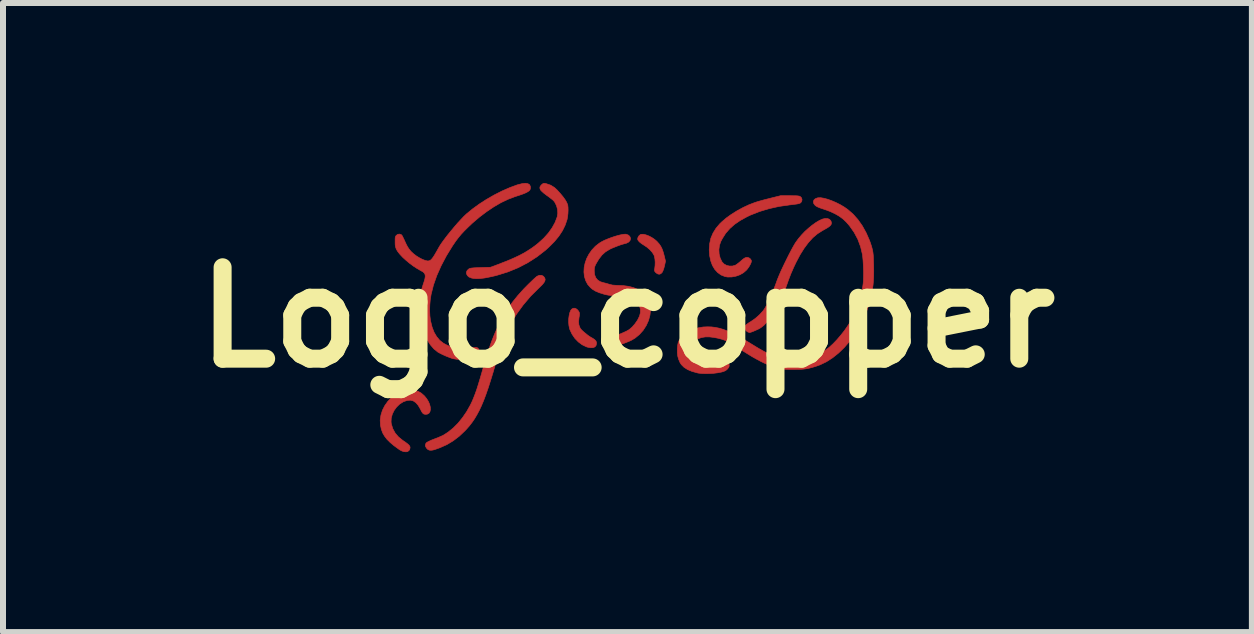
<source format=kicad_pcb>
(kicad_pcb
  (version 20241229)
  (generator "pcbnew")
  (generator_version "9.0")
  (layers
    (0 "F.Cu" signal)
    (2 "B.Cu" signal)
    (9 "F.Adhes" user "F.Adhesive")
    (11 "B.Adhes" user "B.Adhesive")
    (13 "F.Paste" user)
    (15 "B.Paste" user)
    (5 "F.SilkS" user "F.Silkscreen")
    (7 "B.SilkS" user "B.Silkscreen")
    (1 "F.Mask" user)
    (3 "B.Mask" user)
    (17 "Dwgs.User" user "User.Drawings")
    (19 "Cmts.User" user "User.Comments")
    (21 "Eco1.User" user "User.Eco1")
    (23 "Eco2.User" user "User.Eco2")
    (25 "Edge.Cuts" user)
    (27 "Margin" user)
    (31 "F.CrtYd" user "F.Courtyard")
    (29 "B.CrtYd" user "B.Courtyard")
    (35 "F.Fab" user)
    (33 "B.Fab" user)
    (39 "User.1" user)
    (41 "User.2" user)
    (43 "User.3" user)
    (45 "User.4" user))
  (footprint "Logo_copper"
    (layer "F.Cu")
    (at 7.41 2.24)
    (property "Reference" "Logo_copper" (at 0 0 0) (layer "F.SilkS") (effects (font (size 1.524 1.524) (thickness 0.3))))
    (attr through_hole)
    (fp_poly (pts (xy 0.307 -1.375) (xy 0.355 -1.357) (xy 0.405 -1.331) (xy 0.451 -1.3) (xy 0.491 -1.266) (xy 0.493 -1.263) (xy 0.529 -1.223) (xy 0.556 -1.183) (xy 0.577 -1.141) (xy 0.595 -1.09) (xy 0.61 -1.036) (xy 0.634 -0.937) (xy 0.618 -0.86) (xy 0.607 -0.819) (xy 0.594 -0.782) (xy 0.582 -0.755) (xy 0.58 -0.752) (xy 0.556 -0.727) (xy 0.528 -0.718) (xy 0.499 -0.726) (xy 0.472 -0.746) (xy 0.457 -0.763) (xy 0.451 -0.777) (xy 0.451 -0.797) (xy 0.454 -0.811) (xy 0.46 -0.863) (xy 0.462 -0.917) (xy 0.458 -0.969) (xy 0.45 -1.012) (xy 0.443 -1.035) (xy 0.415 -1.081) (xy 0.374 -1.127) (xy 0.324 -1.17) (xy 0.285 -1.196) (xy 0.234 -1.229) (xy 0.197 -1.259) (xy 0.176 -1.285) (xy 0.169 -1.305) (xy 0.176 -1.334) (xy 0.193 -1.361) (xy 0.216 -1.38) (xy 0.228 -1.384) (xy 0.263 -1.385) (xy 0.307 -1.375)) (stroke (width 0.01) (type solid)) (fill yes) (layer "F.Cu"))
    (fp_poly (pts (xy -0.846 -0.137) (xy -0.831 -0.123) (xy -0.813 -0.101) (xy -0.803 -0.08) (xy -0.799 -0.057) (xy -0.802 -0.026) (xy -0.808 0.006) (xy -0.815 0.071) (xy -0.81 0.126) (xy -0.792 0.173) (xy -0.787 0.183) (xy -0.771 0.203) (xy -0.745 0.229) (xy -0.712 0.257) (xy -0.677 0.286) (xy -0.644 0.311) (xy -0.616 0.329) (xy -0.604 0.336) (xy -0.58 0.349) (xy -0.554 0.367) (xy -0.546 0.373) (xy -0.527 0.393) (xy -0.518 0.412) (xy -0.516 0.433) (xy -0.523 0.468) (xy -0.542 0.492) (xy -0.573 0.505) (xy -0.613 0.507) (xy -0.663 0.498) (xy -0.686 0.491) (xy -0.756 0.457) (xy -0.82 0.409) (xy -0.877 0.35) (xy -0.924 0.281) (xy -0.959 0.207) (xy -0.966 0.187) (xy -0.976 0.138) (xy -0.981 0.083) (xy -0.98 0.026) (xy -0.973 -0.028) (xy -0.962 -0.077) (xy -0.946 -0.116) (xy -0.931 -0.136) (xy -0.905 -0.151) (xy -0.876 -0.152) (xy -0.846 -0.137)) (stroke (width 0.01) (type solid)) (fill yes) (layer "F.Cu"))
    (fp_poly (pts (xy -3.605 1.212) (xy -3.541 1.219) (xy -3.487 1.235) (xy -3.438 1.263) (xy -3.39 1.305) (xy -3.382 1.313) (xy -3.346 1.358) (xy -3.318 1.404) (xy -3.298 1.451) (xy -3.287 1.496) (xy -3.285 1.536) (xy -3.292 1.571) (xy -3.308 1.597) (xy -3.334 1.613) (xy -3.36 1.617) (xy -3.382 1.615) (xy -3.4 1.609) (xy -3.416 1.594) (xy -3.432 1.57) (xy -3.451 1.532) (xy -3.453 1.528) (xy -3.489 1.467) (xy -3.528 1.422) (xy -3.571 1.393) (xy -3.619 1.381) (xy -3.671 1.385) (xy -3.728 1.404) (xy -3.741 1.41) (xy -3.799 1.447) (xy -3.849 1.496) (xy -3.89 1.552) (xy -3.92 1.614) (xy -3.938 1.679) (xy -3.941 1.743) (xy -3.937 1.776) (xy -3.912 1.857) (xy -3.872 1.93) (xy -3.817 1.994) (xy -3.748 2.05) (xy -3.747 2.051) (xy -3.7 2.083) (xy -3.667 2.108) (xy -3.645 2.128) (xy -3.631 2.145) (xy -3.625 2.161) (xy -3.624 2.173) (xy -3.631 2.205) (xy -3.645 2.223) (xy -3.665 2.237) (xy -3.69 2.242) (xy -3.725 2.239) (xy -3.74 2.235) (xy -3.762 2.227) (xy -3.791 2.212) (xy -3.812 2.198) (xy -3.893 2.139) (xy -3.958 2.084) (xy -4.011 2.031) (xy -4.051 1.978) (xy -4.082 1.924) (xy -4.103 1.865) (xy -4.117 1.802) (xy -4.118 1.797) (xy -4.122 1.714) (xy -4.11 1.631) (xy -4.085 1.55) (xy -4.046 1.473) (xy -3.996 1.402) (xy -3.936 1.339) (xy -3.867 1.286) (xy -3.79 1.245) (xy -3.74 1.227) (xy -3.703 1.217) (xy -3.667 1.212) (xy -3.624 1.211) (xy -3.605 1.212)) (stroke (width 0.01) (type solid)) (fill yes) (layer "F.Cu"))
    (fp_poly (pts (xy -1.37 -2.232) (xy -1.353 -2.228) (xy -1.28 -2.203) (xy -1.216 -2.163) (xy -1.175 -2.125) (xy -1.118 -2.062) (xy -1.074 -2.009) (xy -1.04 -1.962) (xy -1.016 -1.921) (xy -1 -1.884) (xy -0.995 -1.867) (xy -0.991 -1.832) (xy -0.99 -1.785) (xy -0.992 -1.733) (xy -0.998 -1.681) (xy -1.006 -1.635) (xy -1.007 -1.63) (xy -1.039 -1.536) (xy -1.084 -1.444) (xy -1.144 -1.353) (xy -1.219 -1.262) (xy -1.31 -1.171) (xy -1.366 -1.12) (xy -1.509 -1.009) (xy -1.662 -0.911) (xy -1.823 -0.827) (xy -1.994 -0.757) (xy -2.175 -0.701) (xy -2.201 -0.694) (xy -2.299 -0.672) (xy -2.382 -0.656) (xy -2.454 -0.647) (xy -2.516 -0.645) (xy -2.569 -0.649) (xy -2.603 -0.656) (xy -2.642 -0.672) (xy -2.668 -0.696) (xy -2.683 -0.724) (xy -2.684 -0.754) (xy -2.672 -0.782) (xy -2.646 -0.806) (xy -2.639 -0.81) (xy -2.626 -0.816) (xy -2.608 -0.82) (xy -2.582 -0.823) (xy -2.546 -0.826) (xy -2.497 -0.828) (xy -2.447 -0.83) (xy -2.282 -0.835) (xy -2.151 -0.884) (xy -2.028 -0.932) (xy -1.92 -0.977) (xy -1.824 -1.021) (xy -1.737 -1.066) (xy -1.658 -1.113) (xy -1.584 -1.162) (xy -1.513 -1.215) (xy -1.482 -1.241) (xy -1.395 -1.32) (xy -1.319 -1.405) (xy -1.256 -1.493) (xy -1.207 -1.582) (xy -1.173 -1.671) (xy -1.172 -1.672) (xy -1.162 -1.734) (xy -1.166 -1.799) (xy -1.183 -1.862) (xy -1.212 -1.919) (xy -1.229 -1.941) (xy -1.243 -1.955) (xy -1.268 -1.975) (xy -1.3 -2) (xy -1.337 -2.027) (xy -1.342 -2.03) (xy -1.391 -2.067) (xy -1.426 -2.098) (xy -1.449 -2.123) (xy -1.459 -2.146) (xy -1.46 -2.168) (xy -1.455 -2.181) (xy -1.44 -2.203) (xy -1.42 -2.221) (xy -1.405 -2.231) (xy -1.391 -2.234) (xy -1.37 -2.232)) (stroke (width 0.01) (type solid)) (fill yes) (layer "F.Cu"))
    (fp_poly (pts (xy 3.335 -1.647) (xy 3.368 -1.634) (xy 3.39 -1.609) (xy 3.395 -1.597) (xy 3.4 -1.576) (xy 3.398 -1.556) (xy 3.389 -1.538) (xy 3.37 -1.519) (xy 3.34 -1.497) (xy 3.297 -1.472) (xy 3.247 -1.444) (xy 3.167 -1.393) (xy 3.09 -1.328) (xy 3.017 -1.248) (xy 2.946 -1.153) (xy 2.877 -1.043) (xy 2.81 -0.916) (xy 2.77 -0.832) (xy 2.752 -0.79) (xy 2.736 -0.754) (xy 2.721 -0.719) (xy 2.707 -0.682) (xy 2.691 -0.641) (xy 2.673 -0.591) (xy 2.651 -0.529) (xy 2.645 -0.512) (xy 2.601 -0.395) (xy 2.552 -0.283) (xy 2.499 -0.179) (xy 2.444 -0.084) (xy 2.388 0.001) (xy 2.331 0.073) (xy 2.275 0.132) (xy 2.222 0.173) (xy 2.199 0.187) (xy 2.167 0.203) (xy 2.131 0.219) (xy 2.096 0.234) (xy 2.064 0.246) (xy 2.042 0.253) (xy 2.034 0.254) (xy 2.023 0.25) (xy 2.003 0.243) (xy 2.002 0.242) (xy 1.977 0.223) (xy 1.961 0.195) (xy 1.956 0.163) (xy 1.964 0.137) (xy 1.974 0.127) (xy 1.995 0.111) (xy 2.024 0.09) (xy 2.054 0.072) (xy 2.132 0.018) (xy 2.202 -0.044) (xy 2.261 -0.109) (xy 2.283 -0.14) (xy 2.301 -0.17) (xy 2.324 -0.212) (xy 2.349 -0.265) (xy 2.377 -0.324) (xy 2.405 -0.387) (xy 2.432 -0.451) (xy 2.456 -0.512) (xy 2.477 -0.568) (xy 2.49 -0.605) (xy 2.506 -0.647) (xy 2.528 -0.7) (xy 2.555 -0.763) (xy 2.587 -0.832) (xy 2.622 -0.905) (xy 2.658 -0.978) (xy 2.694 -1.05) (xy 2.729 -1.117) (xy 2.761 -1.176) (xy 2.79 -1.226) (xy 2.807 -1.253) (xy 2.851 -1.313) (xy 2.902 -1.373) (xy 2.958 -1.432) (xy 3.018 -1.486) (xy 3.079 -1.536) (xy 3.139 -1.579) (xy 3.196 -1.613) (xy 3.248 -1.637) (xy 3.292 -1.648) (xy 3.292 -1.648) (xy 3.335 -1.647)) (stroke (width 0.01) (type solid)) (fill yes) (layer "F.Cu"))
    (fp_poly (pts (xy 2.706 -2.028) (xy 2.762 -2.027) (xy 2.804 -2.027) (xy 2.834 -2.025) (xy 2.855 -2.022) (xy 2.87 -2.019) (xy 2.88 -2.013) (xy 2.881 -2.013) (xy 2.902 -1.991) (xy 2.91 -1.962) (xy 2.904 -1.933) (xy 2.898 -1.924) (xy 2.89 -1.913) (xy 2.88 -1.905) (xy 2.866 -1.899) (xy 2.845 -1.893) (xy 2.816 -1.888) (xy 2.776 -1.883) (xy 2.722 -1.876) (xy 2.709 -1.875) (xy 2.527 -1.849) (xy 2.357 -1.811) (xy 2.198 -1.763) (xy 2.047 -1.703) (xy 1.989 -1.675) (xy 1.88 -1.615) (xy 1.785 -1.55) (xy 1.705 -1.479) (xy 1.637 -1.401) (xy 1.582 -1.314) (xy 1.555 -1.263) (xy 1.533 -1.198) (xy 1.524 -1.128) (xy 1.528 -1.056) (xy 1.545 -0.989) (xy 1.574 -0.928) (xy 1.579 -0.921) (xy 1.61 -0.889) (xy 1.652 -0.866) (xy 1.7 -0.855) (xy 1.749 -0.855) (xy 1.796 -0.868) (xy 1.802 -0.871) (xy 1.825 -0.886) (xy 1.854 -0.908) (xy 1.884 -0.933) (xy 1.885 -0.934) (xy 1.919 -0.964) (xy 1.944 -0.983) (xy 1.965 -0.994) (xy 1.986 -0.999) (xy 1.998 -0.999) (xy 2.025 -0.992) (xy 2.048 -0.975) (xy 2.063 -0.952) (xy 2.066 -0.938) (xy 2.061 -0.912) (xy 2.046 -0.879) (xy 2.025 -0.842) (xy 1.999 -0.806) (xy 1.985 -0.789) (xy 1.935 -0.745) (xy 1.875 -0.71) (xy 1.808 -0.686) (xy 1.738 -0.673) (xy 1.67 -0.672) (xy 1.625 -0.68) (xy 1.56 -0.706) (xy 1.503 -0.747) (xy 1.455 -0.8) (xy 1.416 -0.865) (xy 1.388 -0.941) (xy 1.37 -1.027) (xy 1.363 -1.121) (xy 1.363 -1.129) (xy 1.37 -1.227) (xy 1.39 -1.319) (xy 1.426 -1.404) (xy 1.476 -1.485) (xy 1.542 -1.563) (xy 1.574 -1.593) (xy 1.646 -1.655) (xy 1.731 -1.716) (xy 1.825 -1.775) (xy 1.924 -1.829) (xy 2.024 -1.876) (xy 2.121 -1.913) (xy 2.132 -1.917) (xy 2.17 -1.929) (xy 2.22 -1.943) (xy 2.277 -1.959) (xy 2.337 -1.974) (xy 2.388 -1.987) (xy 2.553 -2.028) (xy 2.706 -2.028)) (stroke (width 0.01) (type solid)) (fill yes) (layer "F.Cu"))
    (fp_poly (pts (xy -1.404 -0.687) (xy -1.394 -0.677) (xy -1.378 -0.654) (xy -1.372 -0.631) (xy -1.377 -0.607) (xy -1.392 -0.579) (xy -1.42 -0.545) (xy -1.46 -0.505) (xy -1.481 -0.485) (xy -1.615 -0.352) (xy -1.738 -0.207) (xy -1.85 -0.053) (xy -1.948 0.108) (xy -2.01 0.231) (xy -2.032 0.277) (xy -2.051 0.321) (xy -2.07 0.367) (xy -2.088 0.415) (xy -2.106 0.468) (xy -2.126 0.529) (xy -2.147 0.599) (xy -2.172 0.682) (xy -2.197 0.768) (xy -2.241 0.92) (xy -2.283 1.056) (xy -2.322 1.178) (xy -2.36 1.287) (xy -2.397 1.385) (xy -2.434 1.473) (xy -2.471 1.552) (xy -2.509 1.623) (xy -2.548 1.689) (xy -2.589 1.749) (xy -2.633 1.806) (xy -2.68 1.86) (xy -2.708 1.89) (xy -2.804 1.981) (xy -2.905 2.058) (xy -3.011 2.122) (xy -3.128 2.174) (xy -3.178 2.192) (xy -3.218 2.206) (xy -3.248 2.213) (xy -3.272 2.216) (xy -3.294 2.215) (xy -3.308 2.212) (xy -3.33 2.201) (xy -3.351 2.179) (xy -3.365 2.154) (xy -3.37 2.134) (xy -3.364 2.11) (xy -3.355 2.093) (xy -3.338 2.081) (xy -3.307 2.065) (xy -3.263 2.045) (xy -3.209 2.024) (xy -3.161 2.006) (xy -3.075 1.968) (xy -2.99 1.914) (xy -2.906 1.846) (xy -2.826 1.766) (xy -2.751 1.674) (xy -2.681 1.572) (xy -2.619 1.462) (xy -2.614 1.452) (xy -2.588 1.398) (xy -2.564 1.34) (xy -2.539 1.276) (xy -2.513 1.203) (xy -2.487 1.12) (xy -2.458 1.025) (xy -2.426 0.915) (xy -2.426 0.914) (xy -2.389 0.787) (xy -2.356 0.675) (xy -2.324 0.574) (xy -2.294 0.484) (xy -2.265 0.402) (xy -2.235 0.326) (xy -2.205 0.254) (xy -2.173 0.183) (xy -2.139 0.112) (xy -2.136 0.107) (xy -2.067 -0.023) (xy -1.995 -0.142) (xy -1.916 -0.254) (xy -1.828 -0.363) (xy -1.729 -0.473) (xy -1.681 -0.522) (xy -1.639 -0.564) (xy -1.599 -0.602) (xy -1.564 -0.636) (xy -1.535 -0.662) (xy -1.514 -0.68) (xy -1.507 -0.685) (xy -1.469 -0.701) (xy -1.433 -0.701) (xy -1.404 -0.687)) (stroke (width 0.01) (type solid)) (fill yes) (layer "F.Cu"))
    (fp_poly (pts (xy -0.022 -1.385) (xy 0.013 -1.372) (xy 0.038 -1.35) (xy 0.05 -1.321) (xy 0.051 -1.312) (xy 0.043 -1.281) (xy 0.02 -1.255) (xy -0.017 -1.236) (xy -0.047 -1.228) (xy -0.08 -1.219) (xy -0.124 -1.205) (xy -0.173 -1.187) (xy -0.223 -1.167) (xy -0.269 -1.148) (xy -0.299 -1.133) (xy -0.366 -1.092) (xy -0.425 -1.039) (xy -0.477 -0.972) (xy -0.524 -0.893) (xy -0.54 -0.86) (xy -0.549 -0.833) (xy -0.553 -0.806) (xy -0.554 -0.771) (xy -0.554 -0.77) (xy -0.548 -0.71) (xy -0.528 -0.66) (xy -0.496 -0.621) (xy -0.451 -0.593) (xy -0.398 -0.577) (xy -0.36 -0.568) (xy -0.319 -0.556) (xy -0.299 -0.55) (xy -0.251 -0.538) (xy -0.193 -0.534) (xy -0.178 -0.533) (xy -0.073 -0.529) (xy 0.019 -0.517) (xy 0.099 -0.496) (xy 0.171 -0.466) (xy 0.216 -0.439) (xy 0.28 -0.389) (xy 0.327 -0.335) (xy 0.36 -0.274) (xy 0.379 -0.206) (xy 0.385 -0.128) (xy 0.385 -0.127) (xy 0.375 -0.036) (xy 0.351 0.053) (xy 0.312 0.138) (xy 0.261 0.217) (xy 0.198 0.287) (xy 0.126 0.346) (xy 0.069 0.38) (xy 0.033 0.397) (xy -0.011 0.415) (xy -0.062 0.435) (xy -0.116 0.454) (xy -0.169 0.472) (xy -0.219 0.487) (xy -0.261 0.499) (xy -0.294 0.506) (xy -0.309 0.508) (xy -0.339 0.504) (xy -0.363 0.491) (xy -0.372 0.483) (xy -0.39 0.462) (xy -0.397 0.439) (xy -0.398 0.425) (xy -0.396 0.403) (xy -0.387 0.386) (xy -0.371 0.371) (xy -0.344 0.356) (xy -0.304 0.341) (xy -0.258 0.326) (xy -0.192 0.304) (xy -0.127 0.279) (xy -0.068 0.254) (xy -0.016 0.23) (xy 0.023 0.208) (xy 0.03 0.203) (xy 0.076 0.164) (xy 0.122 0.112) (xy 0.165 0.051) (xy 0.17 0.042) (xy 0.201 -0.021) (xy 0.216 -0.079) (xy 0.216 -0.135) (xy 0.2 -0.189) (xy 0.184 -0.22) (xy 0.149 -0.265) (xy 0.103 -0.301) (xy 0.045 -0.329) (xy 0.038 -0.331) (xy 0.014 -0.339) (xy -0.013 -0.344) (xy -0.047 -0.349) (xy -0.09 -0.352) (xy -0.147 -0.356) (xy -0.161 -0.356) (xy -0.223 -0.36) (xy -0.273 -0.364) (xy -0.315 -0.369) (xy -0.352 -0.376) (xy -0.388 -0.385) (xy -0.389 -0.385) (xy -0.469 -0.41) (xy -0.535 -0.438) (xy -0.587 -0.47) (xy -0.616 -0.495) (xy -0.664 -0.55) (xy -0.697 -0.613) (xy -0.718 -0.682) (xy -0.726 -0.755) (xy -0.722 -0.831) (xy -0.706 -0.907) (xy -0.679 -0.983) (xy -0.641 -1.055) (xy -0.593 -1.123) (xy -0.535 -1.185) (xy -0.467 -1.238) (xy -0.431 -1.26) (xy -0.384 -1.284) (xy -0.329 -1.307) (xy -0.271 -1.329) (xy -0.212 -1.349) (xy -0.154 -1.366) (xy -0.102 -1.378) (xy -0.059 -1.385) (xy -0.027 -1.386) (xy -0.022 -1.385)) (stroke (width 0.01) (type solid)) (fill yes) (layer "F.Cu"))
    (fp_poly (pts (xy -1.662 -2.229) (xy -1.634 -2.213) (xy -1.62 -2.186) (xy -1.617 -2.163) (xy -1.619 -2.143) (xy -1.626 -2.125) (xy -1.64 -2.109) (xy -1.663 -2.093) (xy -1.695 -2.076) (xy -1.738 -2.058) (xy -1.795 -2.038) (xy -1.866 -2.015) (xy -1.879 -2.011) (xy -1.991 -1.968) (xy -2.109 -1.912) (xy -2.229 -1.842) (xy -2.351 -1.76) (xy -2.472 -1.668) (xy -2.59 -1.567) (xy -2.657 -1.503) (xy -2.719 -1.442) (xy -2.771 -1.386) (xy -2.817 -1.331) (xy -2.861 -1.273) (xy -2.906 -1.207) (xy -2.915 -1.194) (xy -3.019 -1.025) (xy -3.106 -0.86) (xy -3.178 -0.698) (xy -3.234 -0.539) (xy -3.273 -0.384) (xy -3.287 -0.299) (xy -3.295 -0.209) (xy -3.298 -0.117) (xy -3.294 -0.029) (xy -3.285 0.049) (xy -3.282 0.062) (xy -3.257 0.163) (xy -3.224 0.249) (xy -3.181 0.322) (xy -3.13 0.383) (xy -3.068 0.432) (xy -2.995 0.471) (xy -2.963 0.483) (xy -2.882 0.51) (xy -2.811 0.527) (xy -2.749 0.535) (xy -2.693 0.534) (xy -2.639 0.524) (xy -2.619 0.517) (xy -2.566 0.503) (xy -2.524 0.501) (xy -2.495 0.511) (xy -2.478 0.533) (xy -2.472 0.564) (xy -2.48 0.596) (xy -2.502 0.626) (xy -2.536 0.651) (xy -2.578 0.67) (xy -2.582 0.671) (xy -2.673 0.692) (xy -2.76 0.701) (xy -2.842 0.7) (xy -2.904 0.69) (xy -2.937 0.68) (xy -2.98 0.664) (xy -3.028 0.645) (xy -3.075 0.624) (xy -3.118 0.603) (xy -3.151 0.585) (xy -3.16 0.58) (xy -3.227 0.526) (xy -3.287 0.456) (xy -3.341 0.372) (xy -3.388 0.271) (xy -3.406 0.224) (xy -3.423 0.174) (xy -3.436 0.128) (xy -3.445 0.082) (xy -3.452 0.032) (xy -3.456 -0.024) (xy -3.458 -0.09) (xy -3.458 -0.165) (xy -3.458 -0.239) (xy -3.456 -0.3) (xy -3.452 -0.352) (xy -3.446 -0.399) (xy -3.436 -0.446) (xy -3.422 -0.496) (xy -3.404 -0.554) (xy -3.394 -0.583) (xy -3.378 -0.637) (xy -3.371 -0.678) (xy -3.373 -0.71) (xy -3.386 -0.736) (xy -3.409 -0.758) (xy -3.445 -0.778) (xy -3.506 -0.813) (xy -3.569 -0.854) (xy -3.632 -0.901) (xy -3.691 -0.95) (xy -3.746 -1) (xy -3.792 -1.049) (xy -3.828 -1.094) (xy -3.85 -1.13) (xy -3.861 -1.157) (xy -3.868 -1.181) (xy -3.872 -1.207) (xy -3.873 -1.242) (xy -3.873 -1.263) (xy -3.873 -1.302) (xy -3.872 -1.327) (xy -3.868 -1.344) (xy -3.861 -1.357) (xy -3.853 -1.367) (xy -3.828 -1.384) (xy -3.799 -1.388) (xy -3.774 -1.38) (xy -3.764 -1.372) (xy -3.754 -1.358) (xy -3.741 -1.332) (xy -3.725 -1.299) (xy -3.716 -1.279) (xy -3.69 -1.222) (xy -3.667 -1.178) (xy -3.642 -1.14) (xy -3.614 -1.105) (xy -3.604 -1.094) (xy -3.566 -1.059) (xy -3.52 -1.024) (xy -3.47 -0.993) (xy -3.42 -0.967) (xy -3.374 -0.949) (xy -3.334 -0.94) (xy -3.326 -0.94) (xy -3.308 -0.942) (xy -3.29 -0.949) (xy -3.273 -0.962) (xy -3.254 -0.983) (xy -3.232 -1.014) (xy -3.206 -1.056) (xy -3.175 -1.11) (xy -3.146 -1.162) (xy -3.121 -1.204) (xy -3.086 -1.255) (xy -3.043 -1.313) (xy -2.994 -1.377) (xy -2.941 -1.442) (xy -2.886 -1.508) (xy -2.832 -1.571) (xy -2.779 -1.628) (xy -2.731 -1.679) (xy -2.688 -1.72) (xy -2.685 -1.723) (xy -2.584 -1.806) (xy -2.471 -1.888) (xy -2.349 -1.967) (xy -2.221 -2.04) (xy -2.091 -2.106) (xy -1.963 -2.162) (xy -1.841 -2.207) (xy -1.82 -2.213) (xy -1.755 -2.229) (xy -1.702 -2.235) (xy -1.662 -2.229)) (stroke (width 0.01) (type solid)) (fill yes) (layer "F.Cu"))
    (fp_poly (pts (xy 3.275 -1.985) (xy 3.338 -1.968) (xy 3.405 -1.944) (xy 3.475 -1.914) (xy 3.545 -1.879) (xy 3.611 -1.84) (xy 3.67 -1.799) (xy 3.759 -1.722) (xy 3.841 -1.63) (xy 3.915 -1.525) (xy 3.98 -1.407) (xy 4.036 -1.279) (xy 4.047 -1.248) (xy 4.063 -1.201) (xy 4.075 -1.16) (xy 4.085 -1.121) (xy 4.092 -1.081) (xy 4.097 -1.037) (xy 4.1 -0.984) (xy 4.102 -0.92) (xy 4.104 -0.87) (xy 4.105 -0.773) (xy 4.104 -0.688) (xy 4.1 -0.612) (xy 4.094 -0.54) (xy 4.083 -0.468) (xy 4.07 -0.391) (xy 4.067 -0.381) (xy 4.033 -0.238) (xy 3.986 -0.099) (xy 3.929 0.036) (xy 3.862 0.164) (xy 3.787 0.286) (xy 3.704 0.399) (xy 3.615 0.502) (xy 3.52 0.594) (xy 3.42 0.674) (xy 3.316 0.741) (xy 3.21 0.792) (xy 3.145 0.815) (xy 3.087 0.833) (xy 3.037 0.846) (xy 2.992 0.856) (xy 2.947 0.862) (xy 2.898 0.866) (xy 2.841 0.867) (xy 2.773 0.868) (xy 2.713 0.868) (xy 2.667 0.867) (xy 2.63 0.865) (xy 2.6 0.862) (xy 2.572 0.858) (xy 2.544 0.852) (xy 2.514 0.845) (xy 2.455 0.829) (xy 2.398 0.811) (xy 2.341 0.789) (xy 2.283 0.764) (xy 2.221 0.734) (xy 2.154 0.698) (xy 2.079 0.656) (xy 1.996 0.605) (xy 1.901 0.546) (xy 1.863 0.522) (xy 1.811 0.49) (xy 1.761 0.459) (xy 1.714 0.431) (xy 1.675 0.409) (xy 1.646 0.393) (xy 1.635 0.387) (xy 1.58 0.367) (xy 1.513 0.349) (xy 1.44 0.335) (xy 1.367 0.326) (xy 1.299 0.326) (xy 1.236 0.336) (xy 1.177 0.357) (xy 1.125 0.385) (xy 1.081 0.42) (xy 1.047 0.46) (xy 1.025 0.504) (xy 1.015 0.551) (xy 1.019 0.599) (xy 1.032 0.634) (xy 1.058 0.671) (xy 1.096 0.707) (xy 1.142 0.738) (xy 1.19 0.763) (xy 1.236 0.778) (xy 1.258 0.781) (xy 1.289 0.78) (xy 1.33 0.778) (xy 1.377 0.774) (xy 1.425 0.768) (xy 1.469 0.762) (xy 1.506 0.756) (xy 1.531 0.75) (xy 1.532 0.749) (xy 1.578 0.738) (xy 1.62 0.737) (xy 1.655 0.746) (xy 1.681 0.763) (xy 1.695 0.789) (xy 1.696 0.803) (xy 1.692 0.826) (xy 1.676 0.85) (xy 1.664 0.864) (xy 1.646 0.88) (xy 1.627 0.892) (xy 1.603 0.902) (xy 1.569 0.912) (xy 1.554 0.915) (xy 1.5 0.925) (xy 1.437 0.933) (xy 1.369 0.937) (xy 1.3 0.938) (xy 1.237 0.936) (xy 1.183 0.93) (xy 1.164 0.926) (xy 1.075 0.901) (xy 1.001 0.87) (xy 0.942 0.832) (xy 0.898 0.788) (xy 0.876 0.754) (xy 0.853 0.7) (xy 0.838 0.647) (xy 0.831 0.59) (xy 0.831 0.526) (xy 0.836 0.468) (xy 0.845 0.422) (xy 0.861 0.384) (xy 0.887 0.35) (xy 0.924 0.315) (xy 0.946 0.297) (xy 1.024 0.242) (xy 1.101 0.202) (xy 1.179 0.175) (xy 1.262 0.161) (xy 1.338 0.158) (xy 1.402 0.16) (xy 1.465 0.168) (xy 1.529 0.181) (xy 1.596 0.201) (xy 1.666 0.227) (xy 1.743 0.261) (xy 1.826 0.304) (xy 1.918 0.356) (xy 2.021 0.417) (xy 2.091 0.46) (xy 2.183 0.516) (xy 2.264 0.562) (xy 2.336 0.6) (xy 2.402 0.629) (xy 2.463 0.652) (xy 2.523 0.67) (xy 2.571 0.68) (xy 2.703 0.698) (xy 2.832 0.699) (xy 2.957 0.684) (xy 3.078 0.654) (xy 3.193 0.608) (xy 3.301 0.547) (xy 3.305 0.544) (xy 3.364 0.499) (xy 3.427 0.441) (xy 3.492 0.373) (xy 3.557 0.297) (xy 3.62 0.217) (xy 3.677 0.134) (xy 3.728 0.052) (xy 3.77 -0.026) (xy 3.786 -0.059) (xy 3.845 -0.213) (xy 3.891 -0.362) (xy 3.921 -0.506) (xy 3.929 -0.562) (xy 3.933 -0.61) (xy 3.935 -0.671) (xy 3.936 -0.74) (xy 3.934 -0.813) (xy 3.931 -0.885) (xy 3.927 -0.953) (xy 3.921 -1.012) (xy 3.917 -1.047) (xy 3.886 -1.177) (xy 3.84 -1.301) (xy 3.778 -1.417) (xy 3.702 -1.525) (xy 3.652 -1.583) (xy 3.596 -1.637) (xy 3.532 -1.685) (xy 3.459 -1.727) (xy 3.375 -1.766) (xy 3.276 -1.802) (xy 3.257 -1.808) (xy 3.207 -1.825) (xy 3.171 -1.84) (xy 3.145 -1.854) (xy 3.128 -1.867) (xy 3.105 -1.897) (xy 3.099 -1.926) (xy 3.107 -1.954) (xy 3.129 -1.976) (xy 3.163 -1.99) (xy 3.177 -1.993) (xy 3.221 -1.994) (xy 3.275 -1.985)) (stroke (width 0.01) (type solid)) (fill yes) (layer "F.Cu")))
  (gr_rect
    (start -3 -3)
    (end 17.819 7.487)
    (stroke (width 0.1) (type default))
    (fill no)
    (layer "Edge.Cuts")))
</source>
